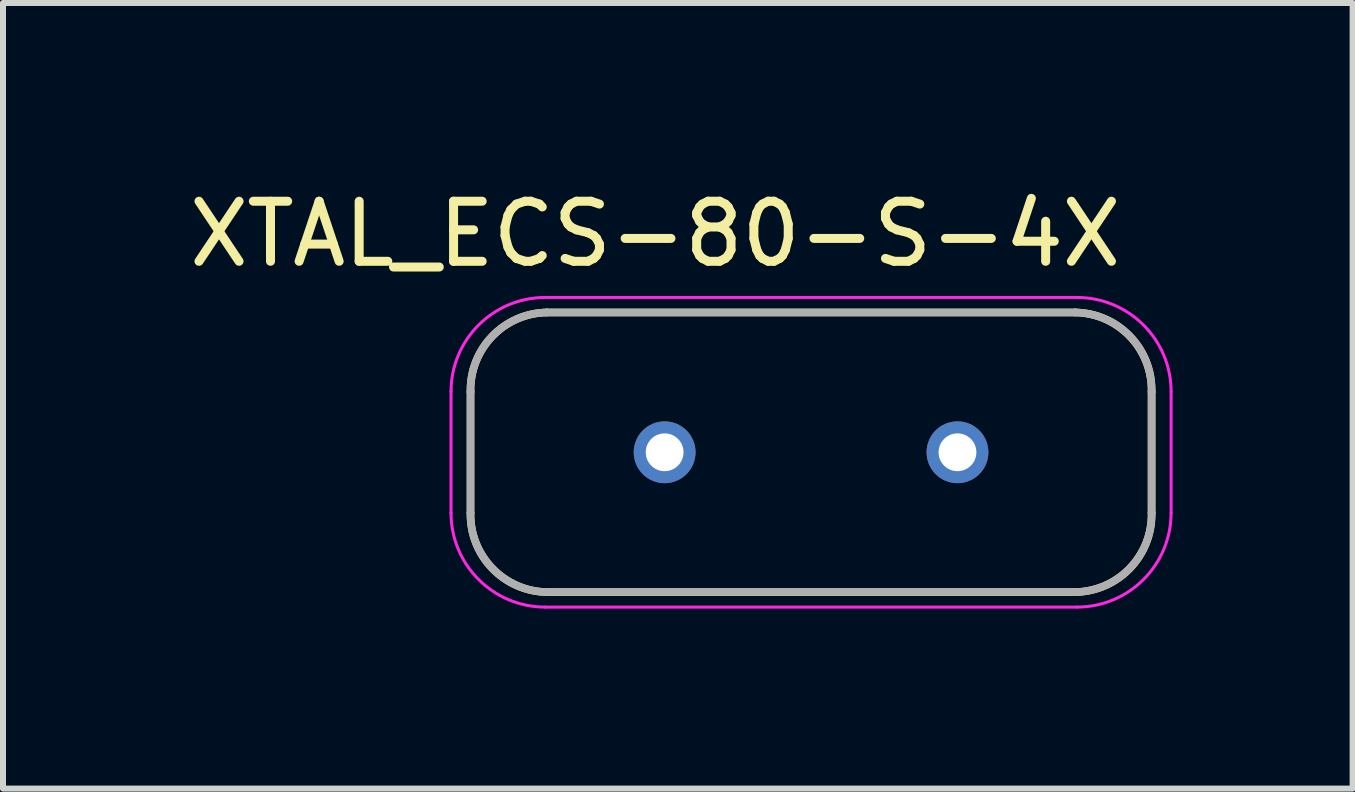
<source format=kicad_pcb>
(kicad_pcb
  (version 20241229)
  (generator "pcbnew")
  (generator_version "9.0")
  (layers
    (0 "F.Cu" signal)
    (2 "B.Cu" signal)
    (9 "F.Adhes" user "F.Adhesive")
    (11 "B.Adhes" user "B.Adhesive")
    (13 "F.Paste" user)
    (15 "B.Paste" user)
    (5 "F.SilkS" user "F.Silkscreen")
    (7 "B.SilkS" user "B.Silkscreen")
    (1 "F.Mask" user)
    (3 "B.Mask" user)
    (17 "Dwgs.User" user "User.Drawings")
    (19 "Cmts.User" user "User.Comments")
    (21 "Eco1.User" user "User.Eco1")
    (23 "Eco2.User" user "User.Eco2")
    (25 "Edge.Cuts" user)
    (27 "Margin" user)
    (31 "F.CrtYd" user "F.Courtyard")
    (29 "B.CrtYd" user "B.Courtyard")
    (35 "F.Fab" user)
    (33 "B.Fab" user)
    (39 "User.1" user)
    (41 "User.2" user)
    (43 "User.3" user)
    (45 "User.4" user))
  (footprint "XTAL_ECS-80-S-4X"
    (layer "F.Cu")
    (at 10.466 4.487)
    (property "Reference" "XTAL_ECS-80-S-4X" (at -2.597 -3.638 0) (layer "F.SilkS") (effects (font (size 1.001 1.001) (thickness 0.15))))
    (attr through_hole)
    (fp_line (start -5.675 1.01) (end -5.675 -1.01) (stroke (width 0.127) (type solid)) (layer "F.SilkS"))
    (fp_line (start -4.405 -2.33) (end 4.405 -2.33) (stroke (width 0.127) (type solid)) (layer "F.SilkS"))
    (fp_line (start 4.405 2.33) (end -4.405 2.33) (stroke (width 0.127) (type solid)) (layer "F.SilkS"))
    (fp_line (start 5.675 -1.01) (end 5.675 1.01) (stroke (width 0.127) (type solid)) (layer "F.SilkS"))
    (fp_arc (start -5.675 -1.01) (mid -5.313381 -1.933026) (end -4.405 -2.33) (stroke (width 0.127) (type solid)) (layer "F.SilkS"))
    (fp_arc (start -4.405 2.33) (mid -5.313381 1.933026) (end -5.675 1.01) (stroke (width 0.127) (type solid)) (layer "F.SilkS"))
    (fp_arc (start 4.405 -2.33) (mid 5.313381 -1.933026) (end 5.675 -1.01) (stroke (width 0.127) (type solid)) (layer "F.SilkS"))
    (fp_arc (start 5.675 1.01) (mid 5.313381 1.933026) (end 4.405 2.33) (stroke (width 0.127) (type solid)) (layer "F.SilkS"))
    (fp_line (start -6 1.01) (end -6 -1.01) (stroke (width 0.05) (type solid)) (layer "F.CrtYd"))
    (fp_line (start -4.43 -2.58) (end 4.43 -2.58) (stroke (width 0.05) (type solid)) (layer "F.CrtYd"))
    (fp_line (start 4.43 2.58) (end -4.43 2.58) (stroke (width 0.05) (type solid)) (layer "F.CrtYd"))
    (fp_line (start 6 -1.01) (end 6 1.01) (stroke (width 0.05) (type solid)) (layer "F.CrtYd"))
    (fp_arc (start -6 -1.01) (mid -5.540158 -2.120158) (end -4.43 -2.58) (stroke (width 0.05) (type solid)) (layer "F.CrtYd"))
    (fp_arc (start -4.43 2.58) (mid -5.540158 2.120158) (end -6 1.01) (stroke (width 0.05) (type solid)) (layer "F.CrtYd"))
    (fp_arc (start 4.43 -2.58) (mid 5.540158 -2.120158) (end 6 -1.01) (stroke (width 0.05) (type solid)) (layer "F.CrtYd"))
    (fp_arc (start 6 1.01) (mid 5.540158 2.120158) (end 4.43 2.58) (stroke (width 0.05) (type solid)) (layer "F.CrtYd"))
    (fp_line (start -5.675 1.01) (end -5.675 -1.01) (stroke (width 0.127) (type solid)) (layer "F.Fab"))
    (fp_line (start -4.405 -2.33) (end 4.405 -2.33) (stroke (width 0.127) (type solid)) (layer "F.Fab"))
    (fp_line (start 4.405 2.33) (end -4.405 2.33) (stroke (width 0.127) (type solid)) (layer "F.Fab"))
    (fp_line (start 5.675 -1.01) (end 5.675 1.01) (stroke (width 0.127) (type solid)) (layer "F.Fab"))
    (fp_arc (start -5.675 -1.01) (mid -5.313381 -1.933026) (end -4.405 -2.33) (stroke (width 0.127) (type solid)) (layer "F.Fab"))
    (fp_arc (start -4.405 2.33) (mid -5.313381 1.933026) (end -5.675 1.01) (stroke (width 0.127) (type solid)) (layer "F.Fab"))
    (fp_arc (start 4.405 -2.33) (mid 5.313381 -1.933026) (end 5.675 -1.01) (stroke (width 0.127) (type solid)) (layer "F.Fab"))
    (fp_arc (start 5.675 1.01) (mid 5.313381 1.933026) (end 4.405 2.33) (stroke (width 0.127) (type solid)) (layer "F.Fab"))
    (pad "1" thru_hole circle (at -2.44 0) (size 1.03 1.03) (drill 0.63) (layers "*.Cu" "*.Mask"))
    (pad "2" thru_hole circle (at 2.44 0) (size 1.03 1.03) (drill 0.63) (layers "*.Cu" "*.Mask")))
  (gr_rect
    (start -3 -3)
    (end 19.491 10.092)
    (stroke (width 0.1) (type default))
    (fill no)
    (layer "Edge.Cuts")))
</source>
